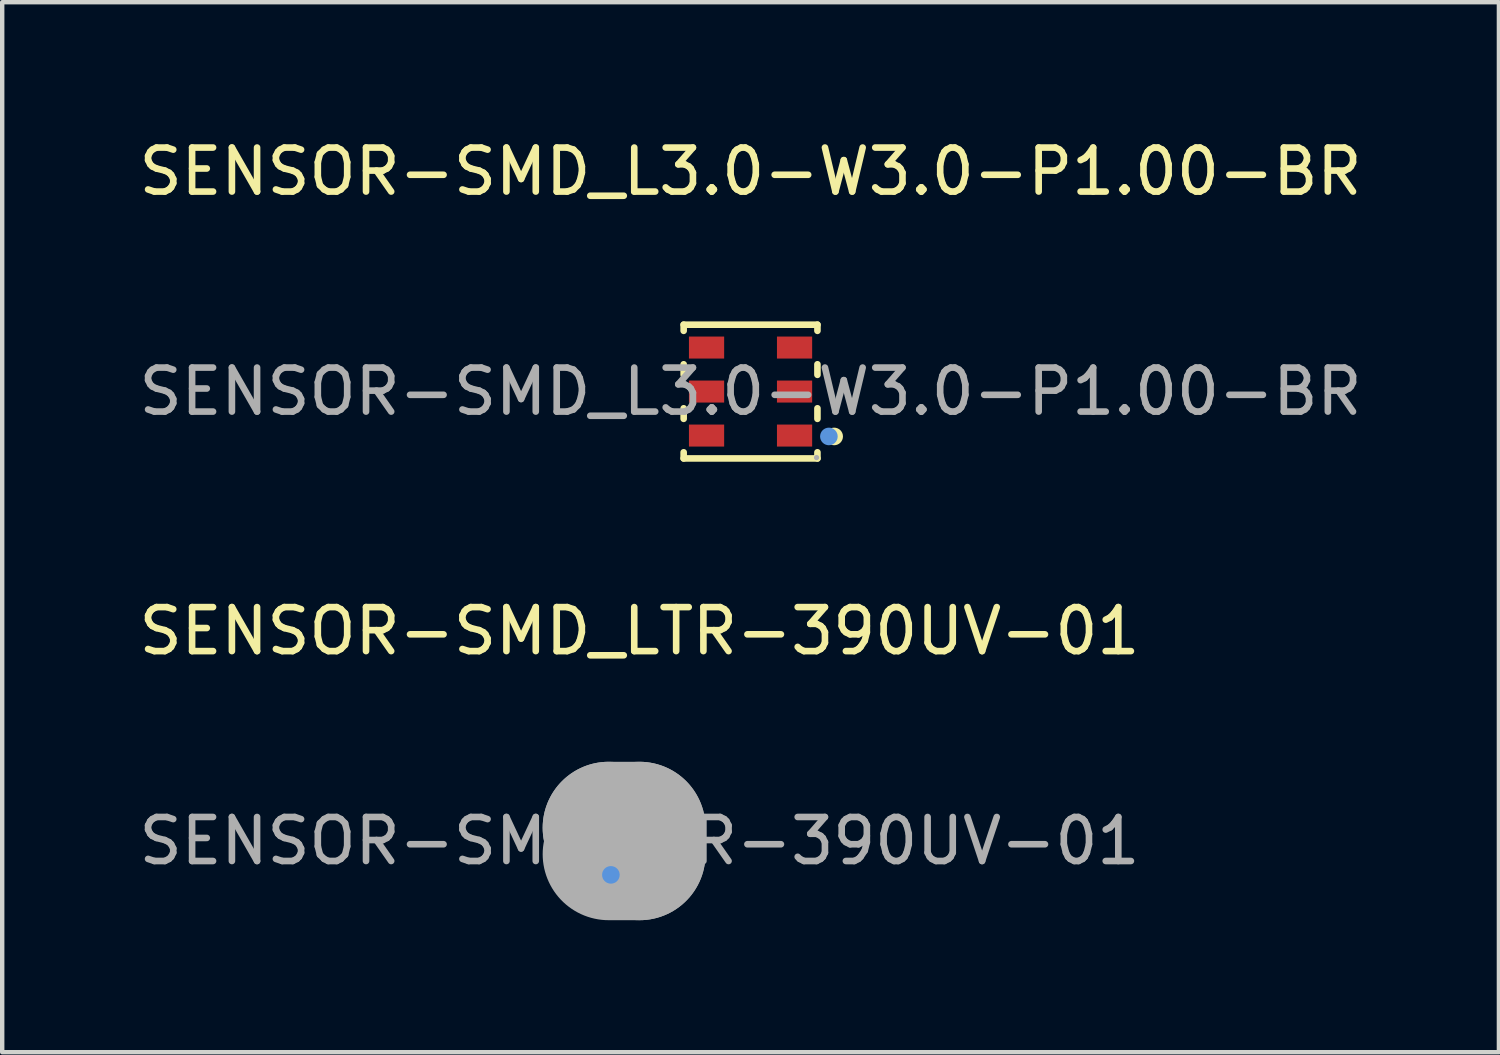
<source format=kicad_pcb>
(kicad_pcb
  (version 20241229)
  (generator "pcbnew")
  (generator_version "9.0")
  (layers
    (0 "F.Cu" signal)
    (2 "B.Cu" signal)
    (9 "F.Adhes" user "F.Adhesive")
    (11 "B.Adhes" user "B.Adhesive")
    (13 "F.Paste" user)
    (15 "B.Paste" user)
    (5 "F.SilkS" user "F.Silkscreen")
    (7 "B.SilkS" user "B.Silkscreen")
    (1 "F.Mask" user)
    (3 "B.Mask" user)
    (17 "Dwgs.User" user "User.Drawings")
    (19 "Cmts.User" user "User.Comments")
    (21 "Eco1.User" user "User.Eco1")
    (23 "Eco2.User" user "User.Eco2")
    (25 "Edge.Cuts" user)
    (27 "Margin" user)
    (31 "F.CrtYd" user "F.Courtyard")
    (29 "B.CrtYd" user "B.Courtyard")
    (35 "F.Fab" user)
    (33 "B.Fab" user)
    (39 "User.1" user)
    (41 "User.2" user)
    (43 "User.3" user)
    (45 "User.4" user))
  (footprint "SENSOR-SMD_LTR-390UV-01"
    (layer "F.Cu")
    (at 11.482 16.061)
    (property "Reference" "SENSOR-SMD_LTR-390UV-01" (at 0 -4.77 0) (layer "F.SilkS") (effects (font (size 1 1) (thickness 0.15))))
    (attr smd)
    (fp_line (start -1 0.47) (end -1 -0.46) (stroke (width 0.25) (type solid)) (layer "F.SilkS"))
    (fp_line (start 1 -0.46) (end 1 0.47) (stroke (width 0.25) (type solid)) (layer "F.SilkS"))
    (fp_circle (center -0.95 1.22) (end -0.85 1.22) (stroke (width 0.2) (type solid)) (fill no) (layer "F.SilkS"))
    (fp_circle (center -0.92 0.87) (end -0.89 0.87) (stroke (width 0.06) (type solid)) (fill no) (layer "F.SilkS"))
    (fp_circle (center -0.65 0.77) (end -0.55 0.77) (stroke (width 0.2) (type solid)) (fill no) (layer "Cmts.User"))
    (fp_line (start -0.7 -0.3) (end -0.7 -0.3) (stroke (width 3) (type solid)) (layer "F.Fab"))
    (fp_line (start -0.7 -0.3) (end 0 -0.3) (stroke (width 3) (type solid)) (layer "F.Fab"))
    (fp_line (start -0.45 -0.05) (end -0.45 -0.05) (stroke (width 3) (type solid)) (layer "F.Fab"))
    (fp_line (start -0.45 -0.05) (end -0.35 -0.05) (stroke (width 3) (type solid)) (layer "F.Fab"))
    (fp_line (start -0.35 -0.05) (end -0.35 0.05) (stroke (width 3) (type solid)) (layer "F.Fab"))
    (fp_line (start -0.35 0.05) (end -0.45 0.05) (stroke (width 3) (type solid)) (layer "F.Fab"))
    (fp_line (start 0 -0.3) (end 0 0.3) (stroke (width 3) (type solid)) (layer "F.Fab"))
    (fp_line (start 0 0.3) (end -0.7 0.3) (stroke (width 3) (type solid)) (layer "F.Fab"))
    (fp_circle (center -1 1) (end -0.97 1) (stroke (width 0.06) (type solid)) (fill no) (layer "F.Fab"))
    (fp_text user "${REFERENCE}" (at 0 0 0) (layer "F.Fab") (effects (font (size 1 1) (thickness 0.15))))
    (pad "1" smd rect (at -0.65 0.77) (size 0.3 0.4) (layers "F.Cu" "F.Mask" "F.Paste"))
    (pad "2" smd rect (at 0 0.77) (size 0.3 0.4) (layers "F.Cu" "F.Mask" "F.Paste"))
    (pad "3" smd rect (at 0.65 0.77) (size 0.3 0.4) (layers "F.Cu" "F.Mask" "F.Paste"))
    (pad "4" smd rect (at 0.65 -0.77) (size 0.3 0.4) (layers "F.Cu" "F.Mask" "F.Paste"))
    (pad "5" smd rect (at 0 -0.77) (size 0.3 0.4) (layers "F.Cu" "F.Mask" "F.Paste"))
    (pad "6" smd rect (at -0.65 -0.77) (size 0.3 0.4) (layers "F.Cu" "F.Mask" "F.Paste")))
  (footprint "SENSOR-SMD_L3.0-W3.0-P1.00-BR"
    (layer "F.Cu")
    (at 14.006 5.848)
    (property "Reference" "SENSOR-SMD_L3.0-W3.0-P1.00-BR" (at 0 -5 0) (layer "F.SilkS") (effects (font (size 1 1) (thickness 0.15))))
    (attr smd)
    (fp_line (start -1.52 -1.52) (end -1.52 -1.38) (stroke (width 0.15) (type solid)) (layer "F.SilkS"))
    (fp_line (start -1.52 -0.62) (end -1.52 -0.38) (stroke (width 0.15) (type solid)) (layer "F.SilkS"))
    (fp_line (start -1.52 0.38) (end -1.52 0.62) (stroke (width 0.15) (type solid)) (layer "F.SilkS"))
    (fp_line (start -1.52 1.38) (end -1.52 1.52) (stroke (width 0.15) (type solid)) (layer "F.SilkS"))
    (fp_line (start -1.52 1.52) (end 1.52 1.52) (stroke (width 0.15) (type solid)) (layer "F.SilkS"))
    (fp_line (start 1.52 -1.52) (end -1.52 -1.52) (stroke (width 0.15) (type solid)) (layer "F.SilkS"))
    (fp_line (start 1.52 -1.38) (end 1.52 -1.52) (stroke (width 0.15) (type solid)) (layer "F.SilkS"))
    (fp_line (start 1.52 -0.38) (end 1.52 -0.62) (stroke (width 0.15) (type solid)) (layer "F.SilkS"))
    (fp_line (start 1.52 0.62) (end 1.52 0.38) (stroke (width 0.15) (type solid)) (layer "F.SilkS"))
    (fp_line (start 1.52 1.52) (end 1.52 1.38) (stroke (width 0.15) (type solid)) (layer "F.SilkS"))
    (fp_circle (center 1.9 1.02) (end 2 1.02) (stroke (width 0.2) (type solid)) (fill no) (layer "F.SilkS"))
    (fp_circle (center 1.78 1.02) (end 1.88 1.02) (stroke (width 0.2) (type solid)) (fill no) (layer "Cmts.User"))
    (fp_circle (center 1.5 1.5) (end 1.53 1.5) (stroke (width 0.06) (type solid)) (fill no) (layer "F.Fab"))
    (fp_text user "${REFERENCE}" (at 0 0 0) (layer "F.Fab") (effects (font (size 1 1) (thickness 0.15))))
    (pad "1" smd rect (at 1 1 180) (size 0.8 0.5) (layers "F.Cu" "F.Mask" "F.Paste"))
    (pad "2" smd rect (at 1 0 180) (size 0.8 0.5) (layers "F.Cu" "F.Mask" "F.Paste"))
    (pad "3" smd rect (at 1 -1 180) (size 0.8 0.5) (layers "F.Cu" "F.Mask" "F.Paste"))
    (pad "4" smd rect (at -1 -1 180) (size 0.8 0.5) (layers "F.Cu" "F.Mask" "F.Paste"))
    (pad "5" smd rect (at -1 0 180) (size 0.8 0.5) (layers "F.Cu" "F.Mask" "F.Paste"))
    (pad "6" smd rect (at -1 1 180) (size 0.8 0.5) (layers "F.Cu" "F.Mask" "F.Paste")))
  (gr_rect
    (start -3 -3)
    (end 31.012 20.861)
    (stroke (width 0.1) (type default))
    (fill no)
    (layer "Edge.Cuts")))
</source>
